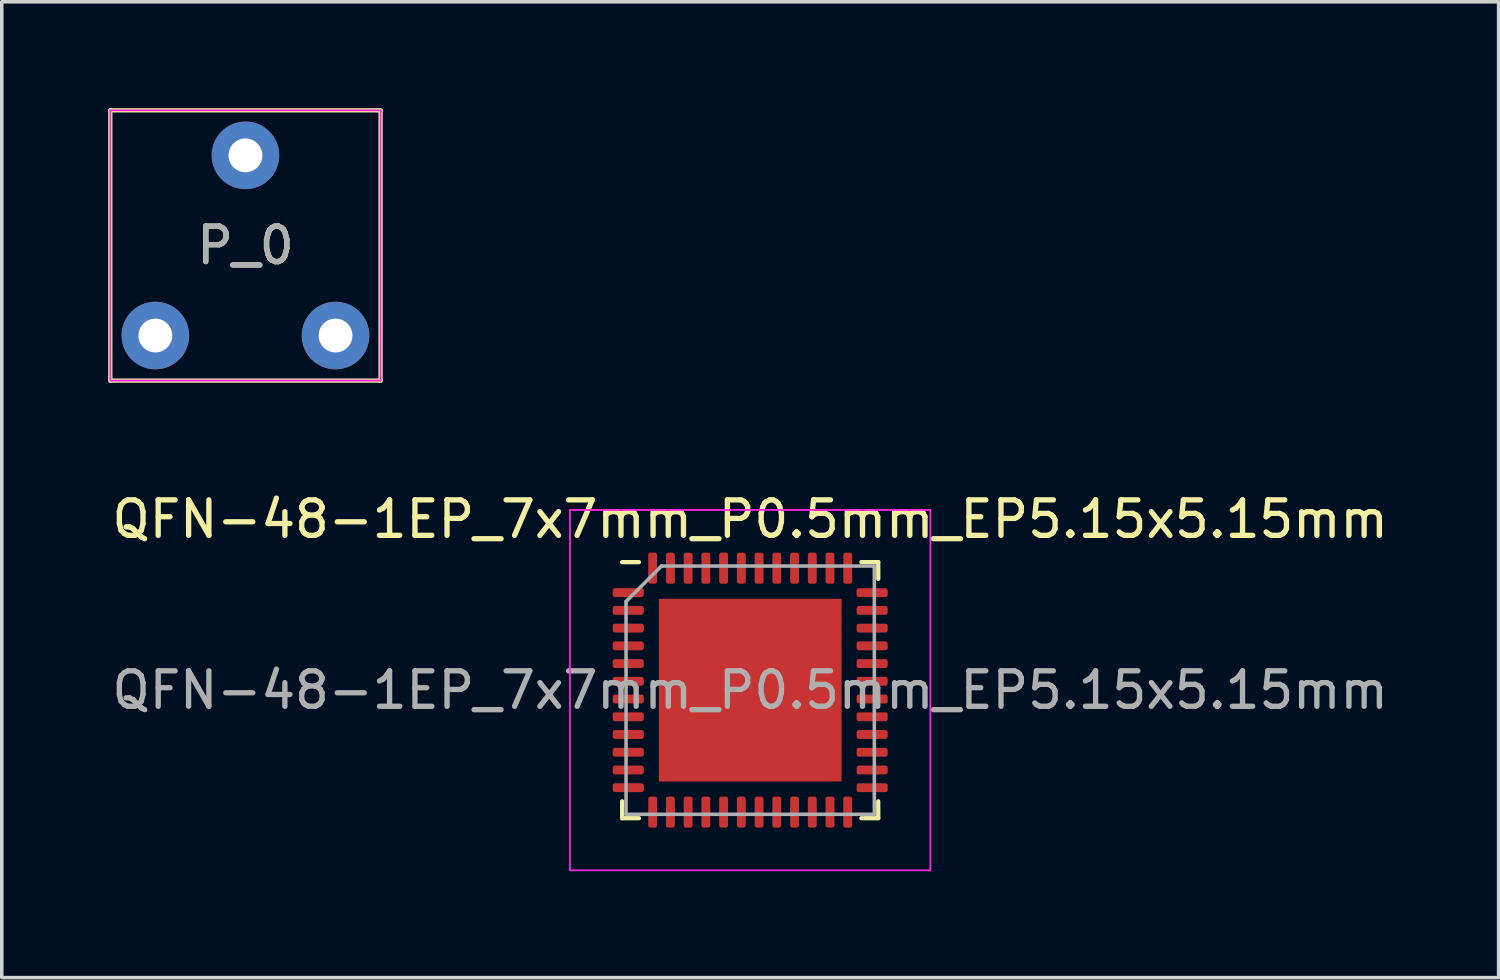
<source format=kicad_pcb>
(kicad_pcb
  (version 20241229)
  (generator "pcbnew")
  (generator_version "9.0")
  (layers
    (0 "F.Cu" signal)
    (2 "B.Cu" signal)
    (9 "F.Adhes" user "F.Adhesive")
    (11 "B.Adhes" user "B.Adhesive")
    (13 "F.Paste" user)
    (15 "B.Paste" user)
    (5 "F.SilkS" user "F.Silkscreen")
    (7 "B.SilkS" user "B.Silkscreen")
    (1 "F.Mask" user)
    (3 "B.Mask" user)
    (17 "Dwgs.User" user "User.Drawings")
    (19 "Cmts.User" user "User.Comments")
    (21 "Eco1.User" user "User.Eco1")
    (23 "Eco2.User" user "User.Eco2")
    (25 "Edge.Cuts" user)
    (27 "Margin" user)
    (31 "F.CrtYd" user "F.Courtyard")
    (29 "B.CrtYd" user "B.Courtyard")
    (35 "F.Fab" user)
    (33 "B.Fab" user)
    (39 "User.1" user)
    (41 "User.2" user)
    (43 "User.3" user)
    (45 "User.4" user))
  (footprint "P_0"
    (layer "F.Cu")
    (at 1.33 6.41)
    (property "Reference" "P_0" (at 2.54 -2.54 0) (layer "F.SilkS") (effects (font (size 1 1) (thickness 0.15))))
    (attr through_hole)
    (fp_line (start -1.27 -6.35) (end 6.35 -6.35) (stroke (width 0.12) (type solid)) (layer "F.SilkS"))
    (fp_line (start -1.27 1.27) (end -1.27 -6.35) (stroke (width 0.12) (type solid)) (layer "F.SilkS"))
    (fp_line (start 6.35 -6.35) (end 6.35 1.27) (stroke (width 0.12) (type solid)) (layer "F.SilkS"))
    (fp_line (start 6.35 1.27) (end -1.27 1.27) (stroke (width 0.12) (type solid)) (layer "F.SilkS"))
    (fp_line (start -1.27 -6.35) (end -1.27 1.27) (stroke (width 0.05) (type solid)) (layer "F.CrtYd"))
    (fp_line (start -1.27 1.27) (end 6.35 1.27) (stroke (width 0.05) (type solid)) (layer "F.CrtYd"))
    (fp_line (start 6.35 -6.35) (end -1.27 -6.35) (stroke (width 0.05) (type solid)) (layer "F.CrtYd"))
    (fp_line (start 6.35 1.27) (end 6.35 -6.35) (stroke (width 0.05) (type solid)) (layer "F.CrtYd"))
    (fp_text user "${REFERENCE}" (at 2.54 -2.54 0) (layer "F.Fab") (effects (font (size 1 1) (thickness 0.15))))
    (pad "1" thru_hole circle (at 0 0) (size 1.905 1.905) (drill 0.953) (layers "*.Cu" "*.Mask"))
    (pad "2" thru_hole circle (at 2.54 -5.08) (size 1.905 1.905) (drill 0.953) (layers "*.Cu" "*.Mask"))
    (pad "3" thru_hole circle (at 5.08 0) (size 1.905 1.905) (drill 0.953) (layers "*.Cu" "*.Mask")))
  (footprint "QFN-48-1EP_7x7mm_P0.5mm_EP5.15x5.15mm"
    (layer "F.Cu")
    (at 18.101 16.408)
    (property "Reference" "QFN-48-1EP_7x7mm_P0.5mm_EP5.15x5.15mm" (at 0 -4.82 0) (layer "F.SilkS") (effects (font (size 1 1) (thickness 0.15))))
    (attr smd)
    (fp_line (start -3.61 3.61) (end -3.61 3.135) (stroke (width 0.12) (type solid)) (layer "F.SilkS"))
    (fp_line (start -3.135 -3.61) (end -3.61 -3.61) (stroke (width 0.12) (type solid)) (layer "F.SilkS"))
    (fp_line (start -3.135 3.61) (end -3.61 3.61) (stroke (width 0.12) (type solid)) (layer "F.SilkS"))
    (fp_line (start 3.135 -3.61) (end 3.61 -3.61) (stroke (width 0.12) (type solid)) (layer "F.SilkS"))
    (fp_line (start 3.135 3.61) (end 3.61 3.61) (stroke (width 0.12) (type solid)) (layer "F.SilkS"))
    (fp_line (start 3.61 -3.61) (end 3.61 -3.135) (stroke (width 0.12) (type solid)) (layer "F.SilkS"))
    (fp_line (start 3.61 3.61) (end 3.61 3.135) (stroke (width 0.12) (type solid)) (layer "F.SilkS"))
    (fp_line (start -5.08 -5.08) (end -5.08 5.08) (stroke (width 0.05) (type solid)) (layer "F.CrtYd"))
    (fp_line (start -5.08 5.08) (end 5.08 5.08) (stroke (width 0.05) (type solid)) (layer "F.CrtYd"))
    (fp_line (start 5.08 -5.08) (end -5.08 -5.08) (stroke (width 0.05) (type solid)) (layer "F.CrtYd"))
    (fp_line (start 5.08 5.08) (end 5.08 -5.08) (stroke (width 0.05) (type solid)) (layer "F.CrtYd"))
    (fp_line (start -3.5 -2.5) (end -2.5 -3.5) (stroke (width 0.1) (type solid)) (layer "F.Fab"))
    (fp_line (start -3.5 3.5) (end -3.5 -2.5) (stroke (width 0.1) (type solid)) (layer "F.Fab"))
    (fp_line (start -2.5 -3.5) (end 3.5 -3.5) (stroke (width 0.1) (type solid)) (layer "F.Fab"))
    (fp_line (start 3.5 -3.5) (end 3.5 3.5) (stroke (width 0.1) (type solid)) (layer "F.Fab"))
    (fp_line (start 3.5 3.5) (end -3.5 3.5) (stroke (width 0.1) (type solid)) (layer "F.Fab"))
    (fp_text user "${REFERENCE}" (at 0 0 0) (layer "F.Fab") (effects (font (size 1 1) (thickness 0.15))))
    (pad "" smd roundrect (at -1.935 -1.935) (size 1.04 1.04) (layers "F.Paste") (roundrect_rratio 0.24))
    (pad "" smd roundrect (at -1.935 -0.645) (size 1.04 1.04) (layers "F.Paste") (roundrect_rratio 0.24))
    (pad "" smd roundrect (at -1.935 0.645) (size 1.04 1.04) (layers "F.Paste") (roundrect_rratio 0.24))
    (pad "" smd roundrect (at -1.935 1.935) (size 1.04 1.04) (layers "F.Paste") (roundrect_rratio 0.24))
    (pad "" smd roundrect (at -0.645 -1.935) (size 1.04 1.04) (layers "F.Paste") (roundrect_rratio 0.24))
    (pad "" smd roundrect (at -0.645 -0.645) (size 1.04 1.04) (layers "F.Paste") (roundrect_rratio 0.24))
    (pad "" smd roundrect (at -0.645 0.645) (size 1.04 1.04) (layers "F.Paste") (roundrect_rratio 0.24))
    (pad "" smd roundrect (at -0.645 1.935) (size 1.04 1.04) (layers "F.Paste") (roundrect_rratio 0.24))
    (pad "" smd roundrect (at 0.645 -1.935) (size 1.04 1.04) (layers "F.Paste") (roundrect_rratio 0.24))
    (pad "" smd roundrect (at 0.645 -0.645) (size 1.04 1.04) (layers "F.Paste") (roundrect_rratio 0.24))
    (pad "" smd roundrect (at 0.645 0.645) (size 1.04 1.04) (layers "F.Paste") (roundrect_rratio 0.24))
    (pad "" smd roundrect (at 0.645 1.935) (size 1.04 1.04) (layers "F.Paste") (roundrect_rratio 0.24))
    (pad "" smd roundrect (at 1.935 -1.935) (size 1.04 1.04) (layers "F.Paste") (roundrect_rratio 0.24))
    (pad "" smd roundrect (at 1.935 -0.645) (size 1.04 1.04) (layers "F.Paste") (roundrect_rratio 0.24))
    (pad "" smd roundrect (at 1.935 0.645) (size 1.04 1.04) (layers "F.Paste") (roundrect_rratio 0.24))
    (pad "" smd roundrect (at 1.935 1.935) (size 1.04 1.04) (layers "F.Paste") (roundrect_rratio 0.24))
    (pad "1" smd roundrect (at -3.438 -2.75) (size 0.875 0.25) (layers "F.Cu" "F.Mask" "F.Paste") (roundrect_rratio 0.25))
    (pad "2" smd roundrect (at -3.438 -2.25) (size 0.875 0.25) (layers "F.Cu" "F.Mask" "F.Paste") (roundrect_rratio 0.25))
    (pad "3" smd roundrect (at -3.438 -1.75) (size 0.875 0.25) (layers "F.Cu" "F.Mask" "F.Paste") (roundrect_rratio 0.25))
    (pad "4" smd roundrect (at -3.438 -1.25) (size 0.875 0.25) (layers "F.Cu" "F.Mask" "F.Paste") (roundrect_rratio 0.25))
    (pad "5" smd roundrect (at -3.438 -0.75) (size 0.875 0.25) (layers "F.Cu" "F.Mask" "F.Paste") (roundrect_rratio 0.25))
    (pad "6" smd roundrect (at -3.438 -0.25) (size 0.875 0.25) (layers "F.Cu" "F.Mask" "F.Paste") (roundrect_rratio 0.25))
    (pad "7" smd roundrect (at -3.438 0.25) (size 0.875 0.25) (layers "F.Cu" "F.Mask" "F.Paste") (roundrect_rratio 0.25))
    (pad "8" smd roundrect (at -3.438 0.75) (size 0.875 0.25) (layers "F.Cu" "F.Mask" "F.Paste") (roundrect_rratio 0.25))
    (pad "9" smd roundrect (at -3.438 1.25) (size 0.875 0.25) (layers "F.Cu" "F.Mask" "F.Paste") (roundrect_rratio 0.25))
    (pad "10" smd roundrect (at -3.438 1.75) (size 0.875 0.25) (layers "F.Cu" "F.Mask" "F.Paste") (roundrect_rratio 0.25))
    (pad "11" smd roundrect (at -3.438 2.25) (size 0.875 0.25) (layers "F.Cu" "F.Mask" "F.Paste") (roundrect_rratio 0.25))
    (pad "12" smd roundrect (at -3.438 2.75) (size 0.875 0.25) (layers "F.Cu" "F.Mask" "F.Paste") (roundrect_rratio 0.25))
    (pad "13" smd roundrect (at -2.75 3.438) (size 0.25 0.875) (layers "F.Cu" "F.Mask" "F.Paste") (roundrect_rratio 0.25))
    (pad "14" smd roundrect (at -2.25 3.438) (size 0.25 0.875) (layers "F.Cu" "F.Mask" "F.Paste") (roundrect_rratio 0.25))
    (pad "15" smd roundrect (at -1.75 3.438) (size 0.25 0.875) (layers "F.Cu" "F.Mask" "F.Paste") (roundrect_rratio 0.25))
    (pad "16" smd roundrect (at -1.25 3.438) (size 0.25 0.875) (layers "F.Cu" "F.Mask" "F.Paste") (roundrect_rratio 0.25))
    (pad "17" smd roundrect (at -0.75 3.438) (size 0.25 0.875) (layers "F.Cu" "F.Mask" "F.Paste") (roundrect_rratio 0.25))
    (pad "18" smd roundrect (at -0.25 3.438) (size 0.25 0.875) (layers "F.Cu" "F.Mask" "F.Paste") (roundrect_rratio 0.25))
    (pad "19" smd roundrect (at 0.25 3.438) (size 0.25 0.875) (layers "F.Cu" "F.Mask" "F.Paste") (roundrect_rratio 0.25))
    (pad "20" smd roundrect (at 0.75 3.438) (size 0.25 0.875) (layers "F.Cu" "F.Mask" "F.Paste") (roundrect_rratio 0.25))
    (pad "21" smd roundrect (at 1.25 3.438) (size 0.25 0.875) (layers "F.Cu" "F.Mask" "F.Paste") (roundrect_rratio 0.25))
    (pad "22" smd roundrect (at 1.75 3.438) (size 0.25 0.875) (layers "F.Cu" "F.Mask" "F.Paste") (roundrect_rratio 0.25))
    (pad "23" smd roundrect (at 2.25 3.438) (size 0.25 0.875) (layers "F.Cu" "F.Mask" "F.Paste") (roundrect_rratio 0.25))
    (pad "24" smd roundrect (at 2.75 3.438) (size 0.25 0.875) (layers "F.Cu" "F.Mask" "F.Paste") (roundrect_rratio 0.25))
    (pad "25" smd roundrect (at 3.438 2.75) (size 0.875 0.25) (layers "F.Cu" "F.Mask" "F.Paste") (roundrect_rratio 0.25))
    (pad "26" smd roundrect (at 3.438 2.25) (size 0.875 0.25) (layers "F.Cu" "F.Mask" "F.Paste") (roundrect_rratio 0.25))
    (pad "27" smd roundrect (at 3.438 1.75) (size 0.875 0.25) (layers "F.Cu" "F.Mask" "F.Paste") (roundrect_rratio 0.25))
    (pad "28" smd roundrect (at 3.438 1.25) (size 0.875 0.25) (layers "F.Cu" "F.Mask" "F.Paste") (roundrect_rratio 0.25))
    (pad "29" smd roundrect (at 3.438 0.75) (size 0.875 0.25) (layers "F.Cu" "F.Mask" "F.Paste") (roundrect_rratio 0.25))
    (pad "30" smd roundrect (at 3.438 0.25) (size 0.875 0.25) (layers "F.Cu" "F.Mask" "F.Paste") (roundrect_rratio 0.25))
    (pad "31" smd roundrect (at 3.438 -0.25) (size 0.875 0.25) (layers "F.Cu" "F.Mask" "F.Paste") (roundrect_rratio 0.25))
    (pad "32" smd roundrect (at 3.438 -0.75) (size 0.875 0.25) (layers "F.Cu" "F.Mask" "F.Paste") (roundrect_rratio 0.25))
    (pad "33" smd roundrect (at 3.438 -1.25) (size 0.875 0.25) (layers "F.Cu" "F.Mask" "F.Paste") (roundrect_rratio 0.25))
    (pad "34" smd roundrect (at 3.438 -1.75) (size 0.875 0.25) (layers "F.Cu" "F.Mask" "F.Paste") (roundrect_rratio 0.25))
    (pad "35" smd roundrect (at 3.438 -2.25) (size 0.875 0.25) (layers "F.Cu" "F.Mask" "F.Paste") (roundrect_rratio 0.25))
    (pad "36" smd roundrect (at 3.438 -2.75) (size 0.875 0.25) (layers "F.Cu" "F.Mask" "F.Paste") (roundrect_rratio 0.25))
    (pad "37" smd roundrect (at 2.75 -3.438) (size 0.25 0.875) (layers "F.Cu" "F.Mask" "F.Paste") (roundrect_rratio 0.25))
    (pad "38" smd roundrect (at 2.25 -3.438) (size 0.25 0.875) (layers "F.Cu" "F.Mask" "F.Paste") (roundrect_rratio 0.25))
    (pad "39" smd roundrect (at 1.75 -3.438) (size 0.25 0.875) (layers "F.Cu" "F.Mask" "F.Paste") (roundrect_rratio 0.25))
    (pad "40" smd roundrect (at 1.25 -3.438) (size 0.25 0.875) (layers "F.Cu" "F.Mask" "F.Paste") (roundrect_rratio 0.25))
    (pad "41" smd roundrect (at 0.75 -3.438) (size 0.25 0.875) (layers "F.Cu" "F.Mask" "F.Paste") (roundrect_rratio 0.25))
    (pad "42" smd roundrect (at 0.25 -3.438) (size 0.25 0.875) (layers "F.Cu" "F.Mask" "F.Paste") (roundrect_rratio 0.25))
    (pad "43" smd roundrect (at -0.25 -3.438) (size 0.25 0.875) (layers "F.Cu" "F.Mask" "F.Paste") (roundrect_rratio 0.25))
    (pad "44" smd roundrect (at -0.75 -3.438) (size 0.25 0.875) (layers "F.Cu" "F.Mask" "F.Paste") (roundrect_rratio 0.25))
    (pad "45" smd roundrect (at -1.25 -3.438) (size 0.25 0.875) (layers "F.Cu" "F.Mask" "F.Paste") (roundrect_rratio 0.25))
    (pad "46" smd roundrect (at -1.75 -3.438) (size 0.25 0.875) (layers "F.Cu" "F.Mask" "F.Paste") (roundrect_rratio 0.25))
    (pad "47" smd roundrect (at -2.25 -3.438) (size 0.25 0.875) (layers "F.Cu" "F.Mask" "F.Paste") (roundrect_rratio 0.25))
    (pad "48" smd roundrect (at -2.75 -3.438) (size 0.25 0.875) (layers "F.Cu" "F.Mask" "F.Paste") (roundrect_rratio 0.25))
    (pad "49" smd rect (at 0 0) (size 5.15 5.15) (layers "F.Cu" "F.Mask")))
  (gr_rect
    (start -3 -3)
    (end 39.202 24.513)
    (stroke (width 0.1) (type default))
    (fill no)
    (layer "Edge.Cuts")))
</source>
